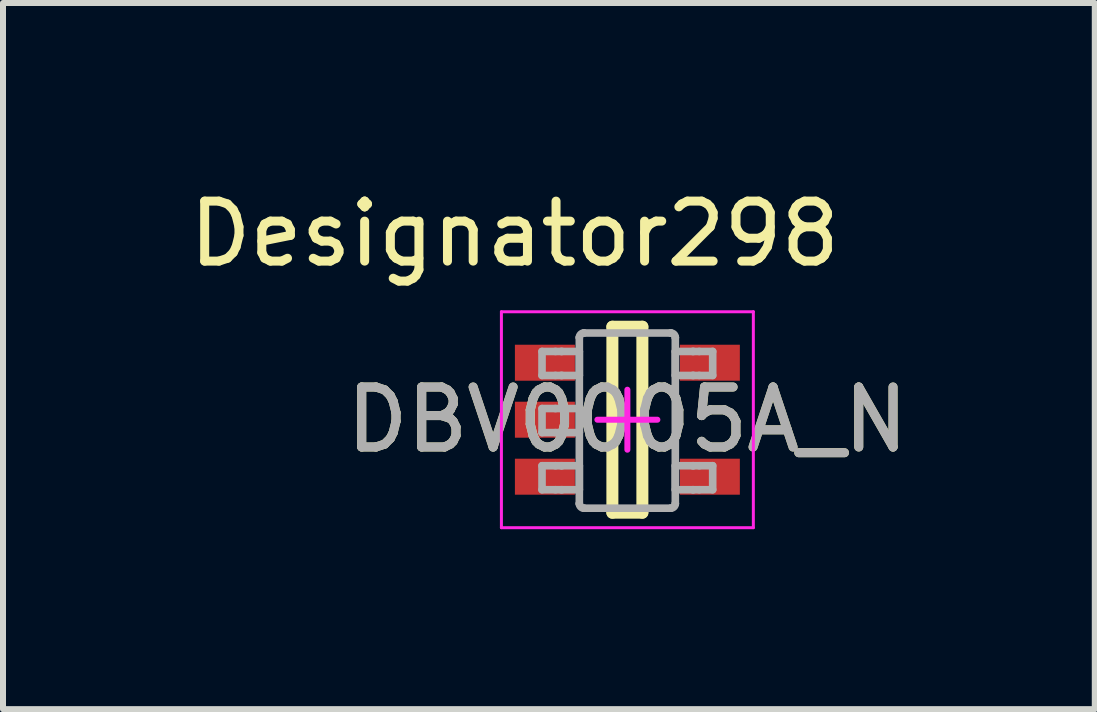
<source format=kicad_pcb>
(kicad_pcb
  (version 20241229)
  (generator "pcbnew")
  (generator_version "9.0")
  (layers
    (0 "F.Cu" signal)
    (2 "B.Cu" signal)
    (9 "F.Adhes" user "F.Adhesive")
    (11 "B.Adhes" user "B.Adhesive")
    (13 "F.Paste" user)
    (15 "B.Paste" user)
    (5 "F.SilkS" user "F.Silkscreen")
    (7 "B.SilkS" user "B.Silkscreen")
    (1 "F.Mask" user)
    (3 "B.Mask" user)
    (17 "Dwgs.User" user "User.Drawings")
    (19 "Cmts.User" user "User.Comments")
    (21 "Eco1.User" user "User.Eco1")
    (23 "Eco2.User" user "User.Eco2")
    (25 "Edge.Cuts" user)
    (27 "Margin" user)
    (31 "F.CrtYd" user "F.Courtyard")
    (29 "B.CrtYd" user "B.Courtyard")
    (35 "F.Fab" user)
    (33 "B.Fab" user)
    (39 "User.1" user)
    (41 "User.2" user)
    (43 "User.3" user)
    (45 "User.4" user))
  (footprint "DBV0005A_N"
    (layer "F.Cu")
    (at 7.409 3.947)
    (property "Reference" "DBV0005A_N" (at 0 0 0) (unlocked yes) (layer "F.SilkS") (effects (font (size 1 1) (thickness 0.15))))
    (attr smd)
    (fp_line (start -0.25 -1.55) (end 0.25 -1.55) (stroke (width 0.2) (type solid)) (layer "F.SilkS"))
    (fp_line (start -0.25 1.55) (end -0.25 -1.55) (stroke (width 0.2) (type solid)) (layer "F.SilkS"))
    (fp_line (start -0.25 1.55) (end 0.25 1.55) (stroke (width 0.2) (type solid)) (layer "F.SilkS"))
    (fp_line (start 0.25 1.55) (end 0.25 -1.55) (stroke (width 0.2) (type solid)) (layer "F.SilkS"))
    (fp_line (start -2.1 -1.8) (end 2.1 -1.8) (stroke (width 0.05) (type solid)) (layer "F.CrtYd"))
    (fp_line (start -2.1 1.8) (end -2.1 -1.8) (stroke (width 0.05) (type solid)) (layer "F.CrtYd"))
    (fp_line (start -2.1 1.8) (end 2.1 1.8) (stroke (width 0.05) (type solid)) (layer "F.CrtYd"))
    (fp_line (start -0.5 0) (end 0.5 0) (stroke (width 0.1) (type solid)) (layer "F.CrtYd"))
    (fp_line (start 0 0.5) (end 0 -0.5) (stroke (width 0.1) (type solid)) (layer "F.CrtYd"))
    (fp_line (start 2.1 1.8) (end 2.1 -1.8) (stroke (width 0.05) (type solid)) (layer "F.CrtYd"))
    (fp_line (start -1.423 -1.138) (end -1.199 -1.138) (stroke (width 0.127) (type solid)) (layer "F.Fab"))
    (fp_line (start -1.423 -0.738) (end -1.423 -1.138) (stroke (width 0.127) (type solid)) (layer "F.Fab"))
    (fp_line (start -1.423 -0.738) (end -1.199 -0.738) (stroke (width 0.127) (type solid)) (layer "F.Fab"))
    (fp_line (start -1.423 -0.186) (end -1.199 -0.186) (stroke (width 0.127) (type solid)) (layer "F.Fab"))
    (fp_line (start -1.423 0.215) (end -1.423 -0.186) (stroke (width 0.127) (type solid)) (layer "F.Fab"))
    (fp_line (start -1.423 0.215) (end -1.199 0.215) (stroke (width 0.127) (type solid)) (layer "F.Fab"))
    (fp_line (start -1.423 0.767) (end -1.199 0.767) (stroke (width 0.127) (type solid)) (layer "F.Fab"))
    (fp_line (start -1.423 1.167) (end -1.423 0.767) (stroke (width 0.127) (type solid)) (layer "F.Fab"))
    (fp_line (start -1.423 1.167) (end -1.199 1.167) (stroke (width 0.127) (type solid)) (layer "F.Fab"))
    (fp_line (start -1.199 -1.138) (end -1.105 -1.138) (stroke (width 0.127) (type solid)) (layer "F.Fab"))
    (fp_line (start -1.199 -0.738) (end -1.105 -0.738) (stroke (width 0.127) (type solid)) (layer "F.Fab"))
    (fp_line (start -1.199 -0.186) (end -1.105 -0.186) (stroke (width 0.127) (type solid)) (layer "F.Fab"))
    (fp_line (start -1.199 0.215) (end -1.105 0.215) (stroke (width 0.127) (type solid)) (layer "F.Fab"))
    (fp_line (start -1.199 0.767) (end -1.105 0.767) (stroke (width 0.127) (type solid)) (layer "F.Fab"))
    (fp_line (start -1.199 1.167) (end -1.105 1.167) (stroke (width 0.127) (type solid)) (layer "F.Fab"))
    (fp_line (start -1.105 -1.138) (end -1.088 -1.138) (stroke (width 0.127) (type solid)) (layer "F.Fab"))
    (fp_line (start -1.105 -0.738) (end -1.088 -0.738) (stroke (width 0.127) (type solid)) (layer "F.Fab"))
    (fp_line (start -1.105 -0.186) (end -1.088 -0.186) (stroke (width 0.127) (type solid)) (layer "F.Fab"))
    (fp_line (start -1.105 0.215) (end -1.088 0.215) (stroke (width 0.127) (type solid)) (layer "F.Fab"))
    (fp_line (start -1.105 0.767) (end -1.088 0.767) (stroke (width 0.127) (type solid)) (layer "F.Fab"))
    (fp_line (start -1.105 1.167) (end -1.088 1.167) (stroke (width 0.127) (type solid)) (layer "F.Fab"))
    (fp_line (start -1.088 -1.138) (end -0.835 -1.138) (stroke (width 0.127) (type solid)) (layer "F.Fab"))
    (fp_line (start -1.088 -0.738) (end -0.835 -0.738) (stroke (width 0.127) (type solid)) (layer "F.Fab"))
    (fp_line (start -1.088 -0.186) (end -0.835 -0.186) (stroke (width 0.127) (type solid)) (layer "F.Fab"))
    (fp_line (start -1.088 0.215) (end -0.835 0.215) (stroke (width 0.127) (type solid)) (layer "F.Fab"))
    (fp_line (start -1.088 0.767) (end -0.835 0.767) (stroke (width 0.127) (type solid)) (layer "F.Fab"))
    (fp_line (start -1.088 1.167) (end -0.835 1.167) (stroke (width 0.127) (type solid)) (layer "F.Fab"))
    (fp_line (start -0.835 -1.138) (end -0.801 -1.138) (stroke (width 0.127) (type solid)) (layer "F.Fab"))
    (fp_line (start -0.835 -0.738) (end -0.801 -0.738) (stroke (width 0.127) (type solid)) (layer "F.Fab"))
    (fp_line (start -0.835 -0.186) (end -0.801 -0.186) (stroke (width 0.127) (type solid)) (layer "F.Fab"))
    (fp_line (start -0.835 0.215) (end -0.801 0.215) (stroke (width 0.127) (type solid)) (layer "F.Fab"))
    (fp_line (start -0.835 0.767) (end -0.801 0.767) (stroke (width 0.127) (type solid)) (layer "F.Fab"))
    (fp_line (start -0.835 1.167) (end -0.801 1.167) (stroke (width 0.127) (type solid)) (layer "F.Fab"))
    (fp_line (start -0.801 -1.37) (end -0.801 -1.371) (stroke (width 0.127) (type solid)) (layer "F.Fab"))
    (fp_line (start -0.801 -0.738) (end -0.801 -1.138) (stroke (width 0.127) (type solid)) (layer "F.Fab"))
    (fp_line (start -0.801 0.215) (end -0.801 -0.186) (stroke (width 0.127) (type solid)) (layer "F.Fab"))
    (fp_line (start -0.801 1.167) (end -0.801 0.767) (stroke (width 0.127) (type solid)) (layer "F.Fab"))
    (fp_line (start -0.801 1.399) (end -0.801 -1.37) (stroke (width 0.127) (type solid)) (layer "F.Fab"))
    (fp_line (start -0.801 1.4) (end -0.801 1.399) (stroke (width 0.127) (type solid)) (layer "F.Fab"))
    (fp_line (start -0.725 -1.446) (end -0.725 -1.446) (stroke (width 0.127) (type solid)) (layer "F.Fab"))
    (fp_line (start -0.725 1.475) (end -0.725 1.475) (stroke (width 0.127) (type solid)) (layer "F.Fab"))
    (fp_line (start -0.725 -1.446) (end 0.723 -1.446) (stroke (width 0.127) (type solid)) (layer "F.Fab"))
    (fp_line (start -0.725 1.475) (end 0.723 1.475) (stroke (width 0.127) (type solid)) (layer "F.Fab"))
    (fp_line (start 0.723 -1.446) (end 0.724 -1.446) (stroke (width 0.127) (type solid)) (layer "F.Fab"))
    (fp_line (start 0.723 1.475) (end 0.724 1.475) (stroke (width 0.127) (type solid)) (layer "F.Fab"))
    (fp_line (start 0.799 -1.37) (end 0.799 -1.371) (stroke (width 0.127) (type solid)) (layer "F.Fab"))
    (fp_line (start 0.799 -1.138) (end 0.834 -1.138) (stroke (width 0.127) (type solid)) (layer "F.Fab"))
    (fp_line (start 0.799 -0.738) (end 0.799 -1.138) (stroke (width 0.127) (type solid)) (layer "F.Fab"))
    (fp_line (start 0.799 -0.738) (end 0.834 -0.738) (stroke (width 0.127) (type solid)) (layer "F.Fab"))
    (fp_line (start 0.799 0.767) (end 0.834 0.767) (stroke (width 0.127) (type solid)) (layer "F.Fab"))
    (fp_line (start 0.799 1.167) (end 0.799 0.767) (stroke (width 0.127) (type solid)) (layer "F.Fab"))
    (fp_line (start 0.799 1.167) (end 0.834 1.167) (stroke (width 0.127) (type solid)) (layer "F.Fab"))
    (fp_line (start 0.799 1.399) (end 0.799 -1.37) (stroke (width 0.127) (type solid)) (layer "F.Fab"))
    (fp_line (start 0.799 1.4) (end 0.799 1.399) (stroke (width 0.127) (type solid)) (layer "F.Fab"))
    (fp_line (start 0.834 -1.138) (end 1.087 -1.138) (stroke (width 0.127) (type solid)) (layer "F.Fab"))
    (fp_line (start 0.834 -0.738) (end 1.087 -0.738) (stroke (width 0.127) (type solid)) (layer "F.Fab"))
    (fp_line (start 0.834 0.767) (end 1.087 0.767) (stroke (width 0.127) (type solid)) (layer "F.Fab"))
    (fp_line (start 0.834 1.167) (end 1.087 1.167) (stroke (width 0.127) (type solid)) (layer "F.Fab"))
    (fp_line (start 1.087 -1.138) (end 1.103 -1.138) (stroke (width 0.127) (type solid)) (layer "F.Fab"))
    (fp_line (start 1.087 -0.738) (end 1.103 -0.738) (stroke (width 0.127) (type solid)) (layer "F.Fab"))
    (fp_line (start 1.087 0.767) (end 1.103 0.767) (stroke (width 0.127) (type solid)) (layer "F.Fab"))
    (fp_line (start 1.087 1.167) (end 1.103 1.167) (stroke (width 0.127) (type solid)) (layer "F.Fab"))
    (fp_line (start 1.103 -1.138) (end 1.198 -1.138) (stroke (width 0.127) (type solid)) (layer "F.Fab"))
    (fp_line (start 1.103 -0.738) (end 1.198 -0.738) (stroke (width 0.127) (type solid)) (layer "F.Fab"))
    (fp_line (start 1.103 0.767) (end 1.198 0.767) (stroke (width 0.127) (type solid)) (layer "F.Fab"))
    (fp_line (start 1.103 1.167) (end 1.198 1.167) (stroke (width 0.127) (type solid)) (layer "F.Fab"))
    (fp_line (start 1.198 -1.138) (end 1.422 -1.138) (stroke (width 0.127) (type solid)) (layer "F.Fab"))
    (fp_line (start 1.198 -0.738) (end 1.422 -0.738) (stroke (width 0.127) (type solid)) (layer "F.Fab"))
    (fp_line (start 1.198 0.767) (end 1.422 0.767) (stroke (width 0.127) (type solid)) (layer "F.Fab"))
    (fp_line (start 1.198 1.167) (end 1.422 1.167) (stroke (width 0.127) (type solid)) (layer "F.Fab"))
    (fp_line (start 1.422 -0.738) (end 1.422 -1.138) (stroke (width 0.127) (type solid)) (layer "F.Fab"))
    (fp_line (start 1.422 1.167) (end 1.422 0.767) (stroke (width 0.127) (type solid)) (layer "F.Fab"))
    (fp_arc (start -0.80074 -1.37084) (mid -0.778218 -1.423887) (end -0.724999 -1.445998) (stroke (width 0.127) (type solid)) (layer "F.Fab"))
    (fp_arc (start -0.724999 1.475) (mid -0.778213 1.452901) (end -0.80074 1.399867) (stroke (width 0.127) (type solid)) (layer "F.Fab"))
    (fp_arc (start 0.723714 -1.445998) (mid 0.776933 -1.423887) (end 0.799455 -1.37084) (stroke (width 0.127) (type solid)) (layer "F.Fab"))
    (fp_arc (start 0.799455 1.399868) (mid 0.776927 1.452901) (end 0.723713 1.475) (stroke (width 0.127) (type solid)) (layer "F.Fab"))
    (fp_text user "Designator298" (at -1.88 -3.099 0) (unlocked yes) (layer "F.SilkS") (effects (font (size 1 1) (thickness 0.15))))
    (fp_text user "${REFERENCE}" (at 0 0 0) (unlocked yes) (layer "F.Fab") (effects (font (size 1 1) (thickness 0.15))))
    (pad "1" smd rect (at -1.375 -0.95 90) (size 0.6 1) (layers "F.Cu" "F.Mask" "F.Paste"))
    (pad "2" smd rect (at -1.375 0 90) (size 0.6 1) (layers "F.Cu" "F.Mask" "F.Paste"))
    (pad "3" smd rect (at -1.375 0.95 90) (size 0.6 1) (layers "F.Cu" "F.Mask" "F.Paste"))
    (pad "4" smd rect (at 1.375 0.95 90) (size 0.6 1) (layers "F.Cu" "F.Mask" "F.Paste"))
    (pad "5" smd rect (at 1.375 -0.95 90) (size 0.6 1) (layers "F.Cu" "F.Mask" "F.Paste")))
  (gr_rect
    (start -3 -3)
    (end 15.201 8.772)
    (stroke (width 0.1) (type default))
    (fill no)
    (layer "Edge.Cuts")))
</source>
